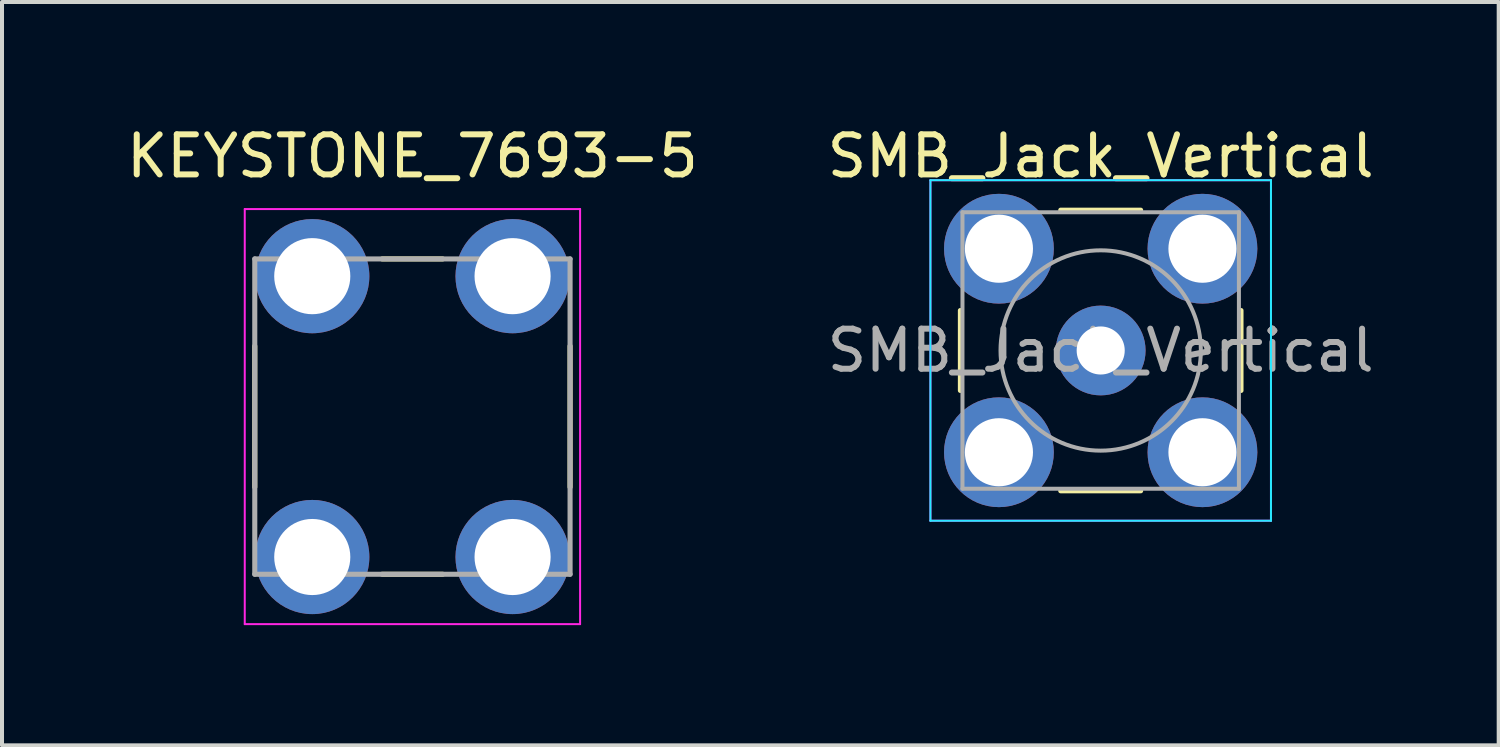
<source format=kicad_pcb>
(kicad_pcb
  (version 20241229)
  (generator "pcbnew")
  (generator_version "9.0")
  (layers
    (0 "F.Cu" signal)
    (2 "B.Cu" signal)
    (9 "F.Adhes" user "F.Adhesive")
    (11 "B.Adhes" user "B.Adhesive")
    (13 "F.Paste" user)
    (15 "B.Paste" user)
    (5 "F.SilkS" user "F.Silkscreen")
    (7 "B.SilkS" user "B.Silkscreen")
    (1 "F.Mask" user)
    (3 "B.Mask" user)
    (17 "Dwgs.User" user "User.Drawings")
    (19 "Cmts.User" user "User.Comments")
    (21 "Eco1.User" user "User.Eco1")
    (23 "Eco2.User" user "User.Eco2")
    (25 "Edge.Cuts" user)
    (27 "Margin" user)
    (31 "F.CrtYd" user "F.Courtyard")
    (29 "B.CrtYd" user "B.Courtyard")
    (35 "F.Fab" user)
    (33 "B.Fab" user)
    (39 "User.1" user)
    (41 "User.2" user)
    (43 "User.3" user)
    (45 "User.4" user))
  (footprint "SMB_Jack_Vertical"
    (layer "F.Cu")
    (at 24.423 5.698)
    (property "Reference" "SMB_Jack_Vertical" (at 0 -4.85 0) (layer "F.SilkS") (effects (font (size 1 1) (thickness 0.15))))
    (attr through_hole)
    (fp_line (start -3.505 1) (end -3.505 -1) (stroke (width 0.12) (type solid)) (layer "F.SilkS"))
    (fp_line (start -1 -3.505) (end 1 -3.505) (stroke (width 0.12) (type solid)) (layer "F.SilkS"))
    (fp_line (start 1 3.505) (end -1 3.505) (stroke (width 0.12) (type solid)) (layer "F.SilkS"))
    (fp_line (start 3.505 -1) (end 3.505 1) (stroke (width 0.12) (type solid)) (layer "F.SilkS"))
    (fp_line (start -4.25 -4.25) (end 4.25 -4.25) (stroke (width 0.05) (type solid)) (layer "B.CrtYd"))
    (fp_line (start -4.25 4.25) (end -4.25 -4.25) (stroke (width 0.05) (type solid)) (layer "B.CrtYd"))
    (fp_line (start 4.25 -4.25) (end 4.25 4.25) (stroke (width 0.05) (type solid)) (layer "B.CrtYd"))
    (fp_line (start 4.25 4.25) (end -4.25 4.25) (stroke (width 0.05) (type solid)) (layer "B.CrtYd"))
    (fp_line (start -4.25 -4.25) (end 4.25 -4.25) (stroke (width 0.05) (type solid)) (layer "F.CrtYd"))
    (fp_line (start -4.25 4.25) (end -4.25 -4.25) (stroke (width 0.05) (type solid)) (layer "F.CrtYd"))
    (fp_line (start 4.25 -4.25) (end 4.25 4.25) (stroke (width 0.05) (type solid)) (layer "F.CrtYd"))
    (fp_line (start 4.25 4.25) (end -4.25 4.25) (stroke (width 0.05) (type solid)) (layer "F.CrtYd"))
    (fp_line (start -3.45 -3.45) (end -3.45 3.45) (stroke (width 0.1) (type solid)) (layer "F.Fab"))
    (fp_line (start -3.45 3.45) (end 3.45 3.45) (stroke (width 0.1) (type solid)) (layer "F.Fab"))
    (fp_line (start 3.45 -3.45) (end -3.45 -3.45) (stroke (width 0.1) (type solid)) (layer "F.Fab"))
    (fp_line (start 3.45 3.45) (end 3.45 -3.45) (stroke (width 0.1) (type solid)) (layer "F.Fab"))
    (fp_circle (center 0 0) (end 2.5 0) (stroke (width 0.1) (type solid)) (fill no) (layer "F.Fab"))
    (fp_text user "${REFERENCE}" (at 0 0 0) (layer "F.Fab") (effects (font (size 1 1) (thickness 0.15))))
    (pad "1" thru_hole circle (at 0 0) (size 2.24 2.24) (drill 1.2) (layers "*.Cu" "*.Mask"))
    (pad "2" thru_hole circle (at -2.54 -2.54) (size 2.74 2.74) (drill 1.7) (layers "*.Cu" "*.Mask"))
    (pad "2" thru_hole circle (at -2.54 2.54) (size 2.74 2.74) (drill 1.7) (layers "*.Cu" "*.Mask"))
    (pad "2" thru_hole circle (at 2.54 -2.54) (size 2.74 2.74) (drill 1.7) (layers "*.Cu" "*.Mask"))
    (pad "2" thru_hole circle (at 2.54 2.54) (size 2.74 2.74) (drill 1.7) (layers "*.Cu" "*.Mask")))
  (footprint "KEYSTONE_7693-5"
    (layer "F.Cu")
    (at 7.244 7.348)
    (property "Reference" "KEYSTONE_7693-5" (at 0 -6.5 0) (layer "F.SilkS") (effects (font (size 1 1) (thickness 0.15))))
    (attr through_hole)
    (fp_line (start -3.935 -1.76) (end -3.935 1.76) (stroke (width 0.127) (type solid)) (layer "F.SilkS"))
    (fp_line (start -0.755 -3.935) (end 0.755 -3.935) (stroke (width 0.127) (type solid)) (layer "F.SilkS"))
    (fp_line (start -0.755 3.935) (end 0.755 3.935) (stroke (width 0.127) (type solid)) (layer "F.SilkS"))
    (fp_line (start 3.935 -1.76) (end 3.935 1.76) (stroke (width 0.127) (type solid)) (layer "F.SilkS"))
    (fp_line (start -4.185 -5.18) (end -4.185 5.18) (stroke (width 0.05) (type solid)) (layer "F.CrtYd"))
    (fp_line (start -4.185 5.18) (end 4.185 5.18) (stroke (width 0.05) (type solid)) (layer "F.CrtYd"))
    (fp_line (start 4.185 -5.18) (end -4.185 -5.18) (stroke (width 0.05) (type solid)) (layer "F.CrtYd"))
    (fp_line (start 4.185 5.18) (end 4.185 -5.18) (stroke (width 0.05) (type solid)) (layer "F.CrtYd"))
    (fp_line (start -3.935 -3.935) (end -3.935 3.935) (stroke (width 0.127) (type solid)) (layer "F.Fab"))
    (fp_line (start -3.935 3.935) (end 3.935 3.935) (stroke (width 0.127) (type solid)) (layer "F.Fab"))
    (fp_line (start 3.935 -3.935) (end -3.935 -3.935) (stroke (width 0.127) (type solid)) (layer "F.Fab"))
    (fp_line (start 3.935 3.935) (end 3.935 -3.935) (stroke (width 0.127) (type solid)) (layer "F.Fab"))
    (pad "1" thru_hole circle (at -2.5 -3.505) (size 2.85 2.85) (drill 1.9) (layers "*.Cu" "*.Mask"))
    (pad "2" thru_hole circle (at -2.5 3.505) (size 2.85 2.85) (drill 1.9) (layers "*.Cu" "*.Mask"))
    (pad "3" thru_hole circle (at 2.5 3.505) (size 2.85 2.85) (drill 1.9) (layers "*.Cu" "*.Mask"))
    (pad "4" thru_hole circle (at 2.5 -3.505) (size 2.85 2.85) (drill 1.9) (layers "*.Cu" "*.Mask")))
  (gr_rect
    (start -3 -3)
    (end 34.357 15.553)
    (stroke (width 0.1) (type default))
    (fill no)
    (layer "Edge.Cuts")))
</source>
